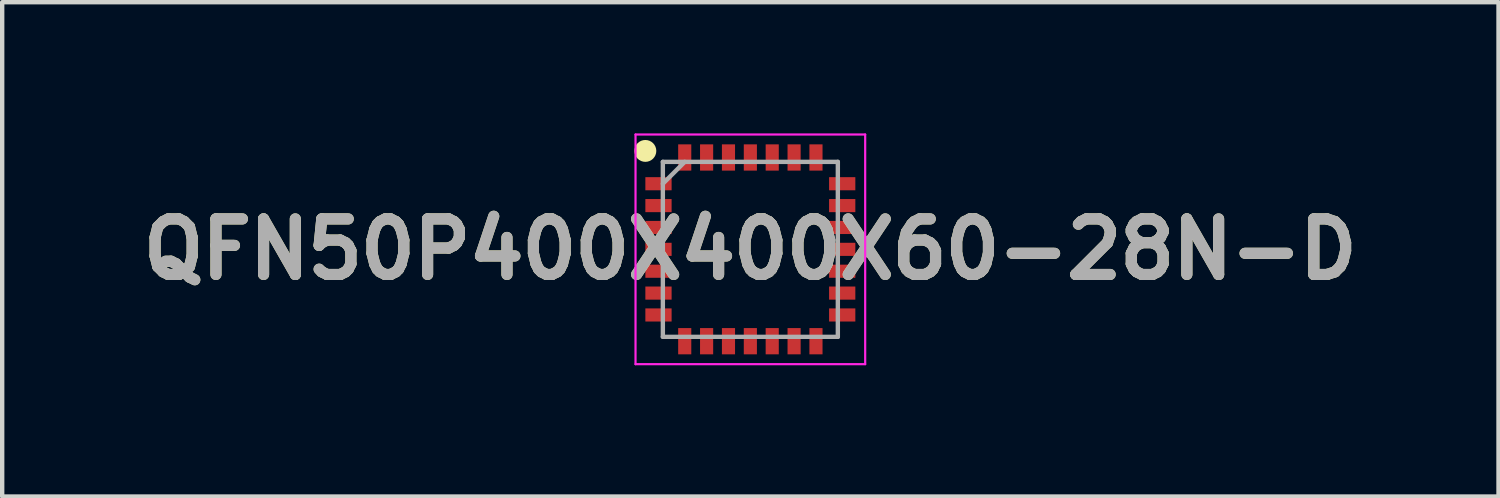
<source format=kicad_pcb>
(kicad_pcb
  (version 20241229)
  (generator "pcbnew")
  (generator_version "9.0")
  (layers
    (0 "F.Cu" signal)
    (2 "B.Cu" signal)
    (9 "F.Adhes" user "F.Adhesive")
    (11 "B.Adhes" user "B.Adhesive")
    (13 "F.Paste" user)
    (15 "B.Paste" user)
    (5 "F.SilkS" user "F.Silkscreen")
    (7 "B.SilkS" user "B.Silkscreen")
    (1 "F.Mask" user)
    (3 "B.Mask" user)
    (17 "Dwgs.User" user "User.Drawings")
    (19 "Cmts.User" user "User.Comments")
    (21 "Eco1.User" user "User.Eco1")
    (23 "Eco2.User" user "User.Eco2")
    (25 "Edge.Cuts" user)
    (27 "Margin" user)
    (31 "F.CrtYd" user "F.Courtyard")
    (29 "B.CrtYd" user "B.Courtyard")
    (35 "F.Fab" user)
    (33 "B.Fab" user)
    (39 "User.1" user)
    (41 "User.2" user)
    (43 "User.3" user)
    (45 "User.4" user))
  (footprint "QFN50P400X400X60-28N-D"
    (layer "F.Cu")
    (at 14.103 2.65)
    (property "Reference" "QFN50P400X400X60-28N-D" (at 0 0 0) (layer "F.SilkS") (effects (font (size 1.27 1.27) (thickness 0.254))))
    (attr smd)
    (fp_circle (center -2.4 -2.25) (end -2.4 -2.125) (stroke (width 0.25) (type solid)) (fill no) (layer "F.SilkS"))
    (fp_line (start -2.625 -2.625) (end 2.625 -2.625) (stroke (width 0.05) (type solid)) (layer "F.CrtYd"))
    (fp_line (start -2.625 2.625) (end -2.625 -2.625) (stroke (width 0.05) (type solid)) (layer "F.CrtYd"))
    (fp_line (start 2.625 -2.625) (end 2.625 2.625) (stroke (width 0.05) (type solid)) (layer "F.CrtYd"))
    (fp_line (start 2.625 2.625) (end -2.625 2.625) (stroke (width 0.05) (type solid)) (layer "F.CrtYd"))
    (fp_line (start -2 -2) (end 2 -2) (stroke (width 0.1) (type solid)) (layer "F.Fab"))
    (fp_line (start -2 -1.5) (end -1.5 -2) (stroke (width 0.1) (type solid)) (layer "F.Fab"))
    (fp_line (start -2 2) (end -2 -2) (stroke (width 0.1) (type solid)) (layer "F.Fab"))
    (fp_line (start 2 -2) (end 2 2) (stroke (width 0.1) (type solid)) (layer "F.Fab"))
    (fp_line (start 2 2) (end -2 2) (stroke (width 0.1) (type solid)) (layer "F.Fab"))
    (fp_text user "${REFERENCE}" (at 0 0 0) (layer "F.Fab") (effects (font (size 1.27 1.27) (thickness 0.254))))
    (pad "1" smd rect (at -2.1 -1.5 90) (size 0.3 0.6) (layers "F.Cu" "F.Mask" "F.Paste"))
    (pad "2" smd rect (at -2.1 -1 90) (size 0.3 0.6) (layers "F.Cu" "F.Mask" "F.Paste"))
    (pad "3" smd rect (at -2.1 -0.5 90) (size 0.3 0.6) (layers "F.Cu" "F.Mask" "F.Paste"))
    (pad "4" smd rect (at -2.1 0 90) (size 0.3 0.6) (layers "F.Cu" "F.Mask" "F.Paste"))
    (pad "5" smd rect (at -2.1 0.5 90) (size 0.3 0.6) (layers "F.Cu" "F.Mask" "F.Paste"))
    (pad "6" smd rect (at -2.1 1 90) (size 0.3 0.6) (layers "F.Cu" "F.Mask" "F.Paste"))
    (pad "7" smd rect (at -2.1 1.5 90) (size 0.3 0.6) (layers "F.Cu" "F.Mask" "F.Paste"))
    (pad "8" smd rect (at -1.5 2.1) (size 0.3 0.6) (layers "F.Cu" "F.Mask" "F.Paste"))
    (pad "9" smd rect (at -1 2.1) (size 0.3 0.6) (layers "F.Cu" "F.Mask" "F.Paste"))
    (pad "10" smd rect (at -0.5 2.1) (size 0.3 0.6) (layers "F.Cu" "F.Mask" "F.Paste"))
    (pad "11" smd rect (at 0 2.1) (size 0.3 0.6) (layers "F.Cu" "F.Mask" "F.Paste"))
    (pad "12" smd rect (at 0.5 2.1) (size 0.3 0.6) (layers "F.Cu" "F.Mask" "F.Paste"))
    (pad "13" smd rect (at 1 2.1) (size 0.3 0.6) (layers "F.Cu" "F.Mask" "F.Paste"))
    (pad "14" smd rect (at 1.5 2.1) (size 0.3 0.6) (layers "F.Cu" "F.Mask" "F.Paste"))
    (pad "15" smd rect (at 2.1 1.5 90) (size 0.3 0.6) (layers "F.Cu" "F.Mask" "F.Paste"))
    (pad "16" smd rect (at 2.1 1 90) (size 0.3 0.6) (layers "F.Cu" "F.Mask" "F.Paste"))
    (pad "17" smd rect (at 2.1 0.5 90) (size 0.3 0.6) (layers "F.Cu" "F.Mask" "F.Paste"))
    (pad "18" smd rect (at 2.1 0 90) (size 0.3 0.6) (layers "F.Cu" "F.Mask" "F.Paste"))
    (pad "19" smd rect (at 2.1 -0.5 90) (size 0.3 0.6) (layers "F.Cu" "F.Mask" "F.Paste"))
    (pad "20" smd rect (at 2.1 -1 90) (size 0.3 0.6) (layers "F.Cu" "F.Mask" "F.Paste"))
    (pad "21" smd rect (at 2.1 -1.5 90) (size 0.3 0.6) (layers "F.Cu" "F.Mask" "F.Paste"))
    (pad "22" smd rect (at 1.5 -2.1) (size 0.3 0.6) (layers "F.Cu" "F.Mask" "F.Paste"))
    (pad "23" smd rect (at 1 -2.1) (size 0.3 0.6) (layers "F.Cu" "F.Mask" "F.Paste"))
    (pad "24" smd rect (at 0.5 -2.1) (size 0.3 0.6) (layers "F.Cu" "F.Mask" "F.Paste"))
    (pad "25" smd rect (at 0 -2.1) (size 0.3 0.6) (layers "F.Cu" "F.Mask" "F.Paste"))
    (pad "26" smd rect (at -0.5 -2.1) (size 0.3 0.6) (layers "F.Cu" "F.Mask" "F.Paste"))
    (pad "27" smd rect (at -1 -2.1) (size 0.3 0.6) (layers "F.Cu" "F.Mask" "F.Paste"))
    (pad "28" smd rect (at -1.5 -2.1) (size 0.3 0.6) (layers "F.Cu" "F.Mask" "F.Paste")))
  (gr_rect
    (start -3 -3)
    (end 31.206 8.3)
    (stroke (width 0.1) (type default))
    (fill no)
    (layer "Edge.Cuts")))
</source>
